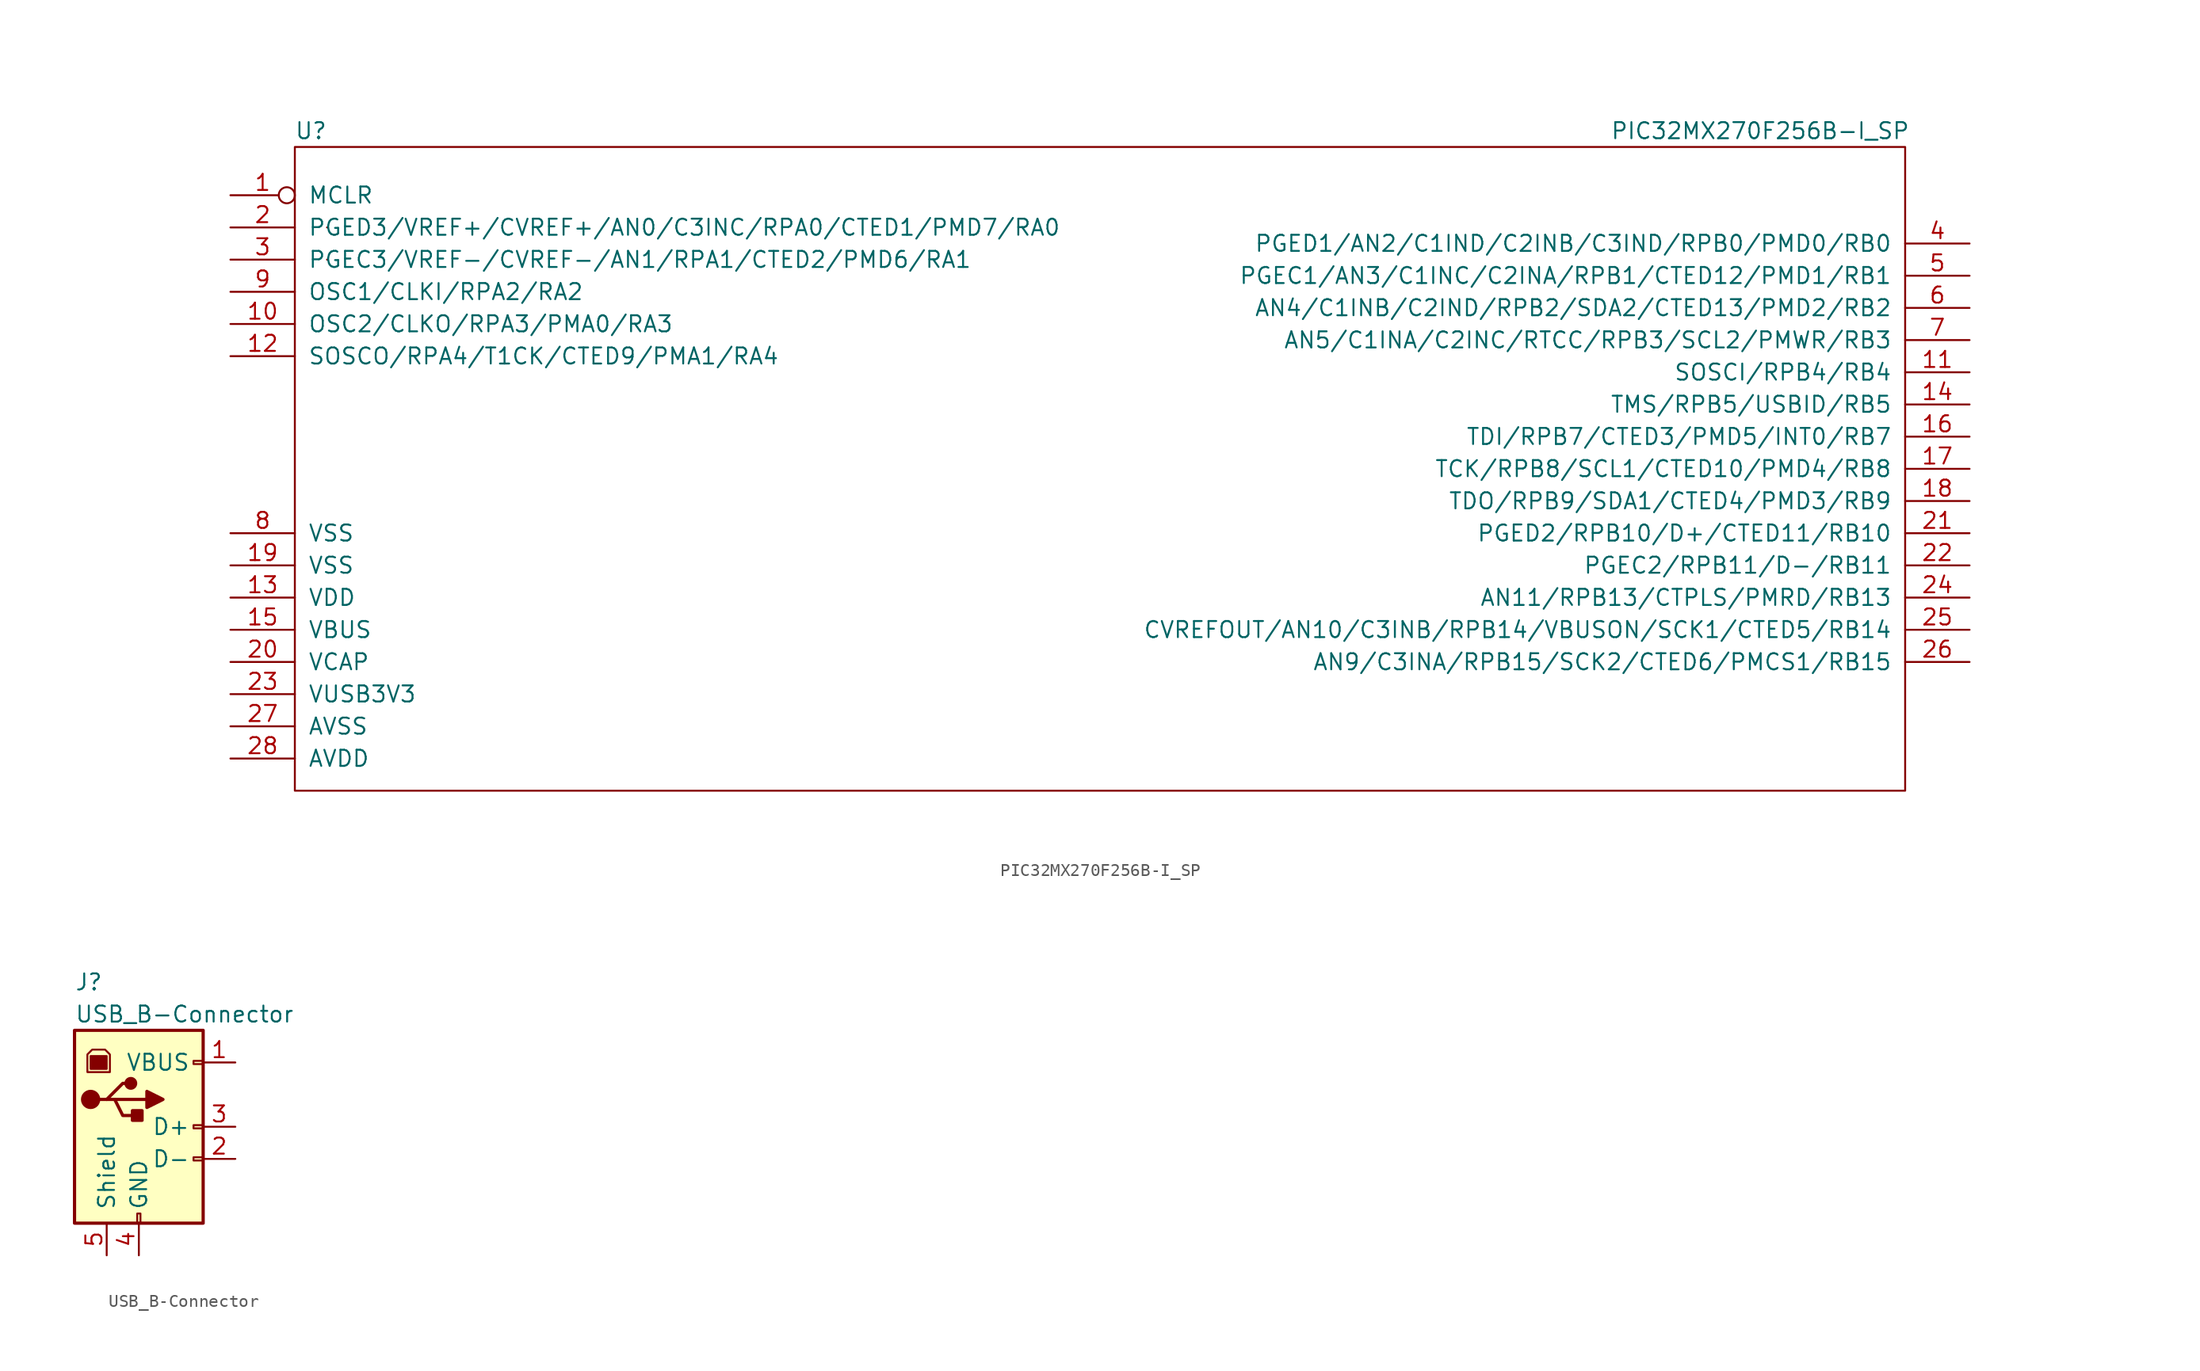
<source format=kicad_sym>
(kicad_symbol_lib
  (version 20211014)
  (generator kicad_symbol_editor)
  (symbol "PIC32MX270F256B-I_SP"
    (pin_names
      (offset 1.016))
    (property "Reference" "U"
      (at -62.23 26.67 0)
      (effects (font (size 1.27 1.27))))
    (property "Value" "PIC32MX270F256B-I_SP"
      (at 52.07 26.67 0)
      (effects (font (size 1.27 1.27))))
    (symbol "PIC32MX270F256B-I_SP_0_1"
      (rectangle (start -63.5 25.4) (end 63.5 -25.4) (stroke (width 0) (type default) (color 0 0 0 0)) (fill (type none)))
      (rectangle (start -60.96 16.51) (end -60.96 16.51) (stroke (width 0) (type default) (color 0 0 0 0)) (fill (type none)))
      (rectangle (start -60.96 19.05) (end -60.96 19.05) (stroke (width 0) (type default) (color 0 0 0 0)) (fill (type none))))
    (symbol "PIC32MX270F256B-I_SP_1_1"
      (pin input inverted (at -68.58 21.59 0) (length 5.08) (name "MCLR" (effects (font (size 1.27 1.27)))) (number "1" (effects (font (size 1.27 1.27)))))
      (pin bidirectional line (at -68.58 11.43 0) (length 5.08) (name "OSC2/CLKO/RPA3/PMA0/RA3" (effects (font (size 1.27 1.27)))) (number "10" (effects (font (size 1.27 1.27)))))
      (pin bidirectional line (at 68.58 7.62 180) (length 5.08) (name "SOSCI/RPB4/RB4" (effects (font (size 1.27 1.27)))) (number "11" (effects (font (size 1.27 1.27)))))
      (pin bidirectional line (at -68.58 8.89 0) (length 5.08) (name "SOSCO/RPA4/T1CK/CTED9/PMA1/RA4" (effects (font (size 1.27 1.27)))) (number "12" (effects (font (size 1.27 1.27)))))
      (pin power_in line (at -68.58 -10.16 0) (length 5.08) (name "VDD" (effects (font (size 1.27 1.27)))) (number "13" (effects (font (size 1.27 1.27)))))
      (pin bidirectional line (at 68.58 5.08 180) (length 5.08) (name "TMS/RPB5/USBID/RB5" (effects (font (size 1.27 1.27)))) (number "14" (effects (font (size 1.27 1.27)))))
      (pin input line (at -68.58 -12.7 0) (length 5.08) (name "VBUS" (effects (font (size 1.27 1.27)))) (number "15" (effects (font (size 1.27 1.27)))))
      (pin bidirectional line (at 68.58 2.54 180) (length 5.08) (name "TDI/RPB7/CTED3/PMD5/INT0/RB7" (effects (font (size 1.27 1.27)))) (number "16" (effects (font (size 1.27 1.27)))))
      (pin bidirectional line (at 68.58 0 180) (length 5.08) (name "TCK/RPB8/SCL1/CTED10/PMD4/RB8" (effects (font (size 1.27 1.27)))) (number "17" (effects (font (size 1.27 1.27)))))
      (pin bidirectional line (at 68.58 -2.54 180) (length 5.08) (name "TDO/RPB9/SDA1/CTED4/PMD3/RB9" (effects (font (size 1.27 1.27)))) (number "18" (effects (font (size 1.27 1.27)))))
      (pin power_in line (at -68.58 -7.62 0) (length 5.08) (name "VSS" (effects (font (size 1.27 1.27)))) (number "19" (effects (font (size 1.27 1.27)))))
      (pin bidirectional line (at -68.58 19.05 0) (length 5.08) (name "PGED3/VREF+/CVREF+/AN0/C3INC/RPA0/CTED1/PMD7/RA0" (effects (font (size 1.27 1.27)))) (number "2" (effects (font (size 1.27 1.27)))))
      (pin input line (at -68.58 -15.24 0) (length 5.08) (name "VCAP" (effects (font (size 1.27 1.27)))) (number "20" (effects (font (size 1.27 1.27)))))
      (pin bidirectional line (at 68.58 -5.08 180) (length 5.08) (name "PGED2/RPB10/D+/CTED11/RB10" (effects (font (size 1.27 1.27)))) (number "21" (effects (font (size 1.27 1.27)))))
      (pin bidirectional line (at 68.58 -7.62 180) (length 5.08) (name "PGEC2/RPB11/D-/RB11" (effects (font (size 1.27 1.27)))) (number "22" (effects (font (size 1.27 1.27)))))
      (pin power_in line (at -68.58 -17.78 0) (length 5.08) (name "VUSB3V3" (effects (font (size 1.27 1.27)))) (number "23" (effects (font (size 1.27 1.27)))))
      (pin bidirectional line (at 68.58 -10.16 180) (length 5.08) (name "AN11/RPB13/CTPLS/PMRD/RB13" (effects (font (size 1.27 1.27)))) (number "24" (effects (font (size 1.27 1.27)))))
      (pin bidirectional line (at 68.58 -12.7 180) (length 5.08) (name "CVREFOUT/AN10/C3INB/RPB14/VBUSON/SCK1/CTED5/RB14" (effects (font (size 1.27 1.27)))) (number "25" (effects (font (size 1.27 1.27)))))
      (pin bidirectional line (at 68.58 -15.24 180) (length 5.08) (name "AN9/C3INA/RPB15/SCK2/CTED6/PMCS1/RB15" (effects (font (size 1.27 1.27)))) (number "26" (effects (font (size 1.27 1.27)))))
      (pin power_in line (at -68.58 -20.32 0) (length 5.08) (name "AVSS" (effects (font (size 1.27 1.27)))) (number "27" (effects (font (size 1.27 1.27)))))
      (pin power_in line (at -68.58 -22.86 0) (length 5.08) (name "AVDD" (effects (font (size 1.27 1.27)))) (number "28" (effects (font (size 1.27 1.27)))))
      (pin bidirectional line (at -68.58 16.51 0) (length 5.08) (name "PGEC3/VREF-/CVREF-/AN1/RPA1/CTED2/PMD6/RA1" (effects (font (size 1.27 1.27)))) (number "3" (effects (font (size 1.27 1.27)))))
      (pin bidirectional line (at 68.58 17.78 180) (length 5.08) (name "PGED1/AN2/C1IND/C2INB/C3IND/RPB0/PMD0/RB0" (effects (font (size 1.27 1.27)))) (number "4" (effects (font (size 1.27 1.27)))))
      (pin bidirectional line (at 68.58 15.24 180) (length 5.08) (name "PGEC1/AN3/C1INC/C2INA/RPB1/CTED12/PMD1/RB1" (effects (font (size 1.27 1.27)))) (number "5" (effects (font (size 1.27 1.27)))))
      (pin bidirectional line (at 68.58 12.7 180) (length 5.08) (name "AN4/C1INB/C2IND/RPB2/SDA2/CTED13/PMD2/RB2" (effects (font (size 1.27 1.27)))) (number "6" (effects (font (size 1.27 1.27)))))
      (pin bidirectional line (at 68.58 10.16 180) (length 5.08) (name "AN5/C1INA/C2INC/RTCC/RPB3/SCL2/PMWR/RB3" (effects (font (size 1.27 1.27)))) (number "7" (effects (font (size 1.27 1.27)))))
      (pin power_in line (at -68.58 -5.08 0) (length 5.08) (name "VSS" (effects (font (size 1.27 1.27)))) (number "8" (effects (font (size 1.27 1.27)))))
      (pin bidirectional line (at -68.58 13.97 0) (length 5.08) (name "OSC1/CLKI/RPA2/RA2" (effects (font (size 1.27 1.27)))) (number "9" (effects (font (size 1.27 1.27)))))))
  (symbol "USB_B-Connector"
    (pin_names
      (offset 1.016))
    (property "Reference" "J"
      (at -5.08 11.43 0)
      (effects (font (size 1.27 1.27)) (justify left)))
    (property "Value" "USB_B-Connector"
      (at -5.08 8.89 0)
      (effects (font (size 1.27 1.27)) (justify left)))
    (symbol "USB_B-Connector_0_1"
      (rectangle (start -5.08 -7.62) (end 5.08 7.62) (stroke (width 0.254) (type default) (color 0 0 0 0)) (fill (type background)))
      (circle (center -3.81 2.159) (radius 0.635) (stroke (width 0.254) (type default) (color 0 0 0 0)) (fill (type outline)))
      (rectangle (start -3.81 5.588) (end -2.54 4.572) (stroke (width 0) (type default) (color 0 0 0 0)) (fill (type outline)))
      (circle (center -0.635 3.429) (radius 0.381) (stroke (width 0.254) (type default) (color 0 0 0 0)) (fill (type outline)))
      (rectangle (start -0.127 -7.62) (end 0.127 -6.858) (stroke (width 0) (type default) (color 0 0 0 0)) (fill (type none)))
      (polyline (pts (xy -1.905 2.159) (xy 0.635 2.159)) (stroke (width 0.254) (type default) (color 0 0 0 0)) (fill (type none)))
      (polyline (pts (xy -3.175 2.159) (xy -2.54 2.159) (xy -1.27 3.429) (xy -0.635 3.429)) (stroke (width 0.254) (type default) (color 0 0 0 0)) (fill (type none)))
      (polyline (pts (xy -2.54 2.159) (xy -1.905 2.159) (xy -1.27 0.889) (xy 0 0.889)) (stroke (width 0.254) (type default) (color 0 0 0 0)) (fill (type none)))
      (polyline (pts (xy 0.635 2.794) (xy 0.635 1.524) (xy 1.905 2.159) (xy 0.635 2.794)) (stroke (width 0.254) (type default) (color 0 0 0 0)) (fill (type outline)))
      (polyline (pts (xy -4.064 4.318) (xy -2.286 4.318) (xy -2.286 5.715) (xy -2.667 6.096) (xy -3.683 6.096) (xy -4.064 5.715) (xy -4.064 4.318)) (stroke (width 0) (type default) (color 0 0 0 0)) (fill (type none)))
      (rectangle (start 0.254 1.27) (end -0.508 0.508) (stroke (width 0.254) (type default) (color 0 0 0 0)) (fill (type outline)))
      (rectangle (start 5.08 -2.667) (end 4.318 -2.413) (stroke (width 0) (type default) (color 0 0 0 0)) (fill (type none)))
      (rectangle (start 5.08 -0.127) (end 4.318 0.127) (stroke (width 0) (type default) (color 0 0 0 0)) (fill (type none)))
      (rectangle (start 5.08 4.953) (end 4.318 5.207) (stroke (width 0) (type default) (color 0 0 0 0)) (fill (type none))))
    (symbol "USB_B-Connector_1_1"
      (pin power_out line (at 7.62 5.08 180) (length 2.54) (name "VBUS" (effects (font (size 1.27 1.27)))) (number "1" (effects (font (size 1.27 1.27)))))
      (pin passive line (at 7.62 -2.54 180) (length 2.54) (name "D-" (effects (font (size 1.27 1.27)))) (number "2" (effects (font (size 1.27 1.27)))))
      (pin passive line (at 7.62 0 180) (length 2.54) (name "D+" (effects (font (size 1.27 1.27)))) (number "3" (effects (font (size 1.27 1.27)))))
      (pin power_out line (at 0 -10.16 90) (length 2.54) (name "GND" (effects (font (size 1.27 1.27)))) (number "4" (effects (font (size 1.27 1.27)))))
      (pin passive line (at -2.54 -10.16 90) (length 2.54) (name "Shield" (effects (font (size 1.27 1.27)))) (number "5" (effects (font (size 1.27 1.27))))))))
</source>
